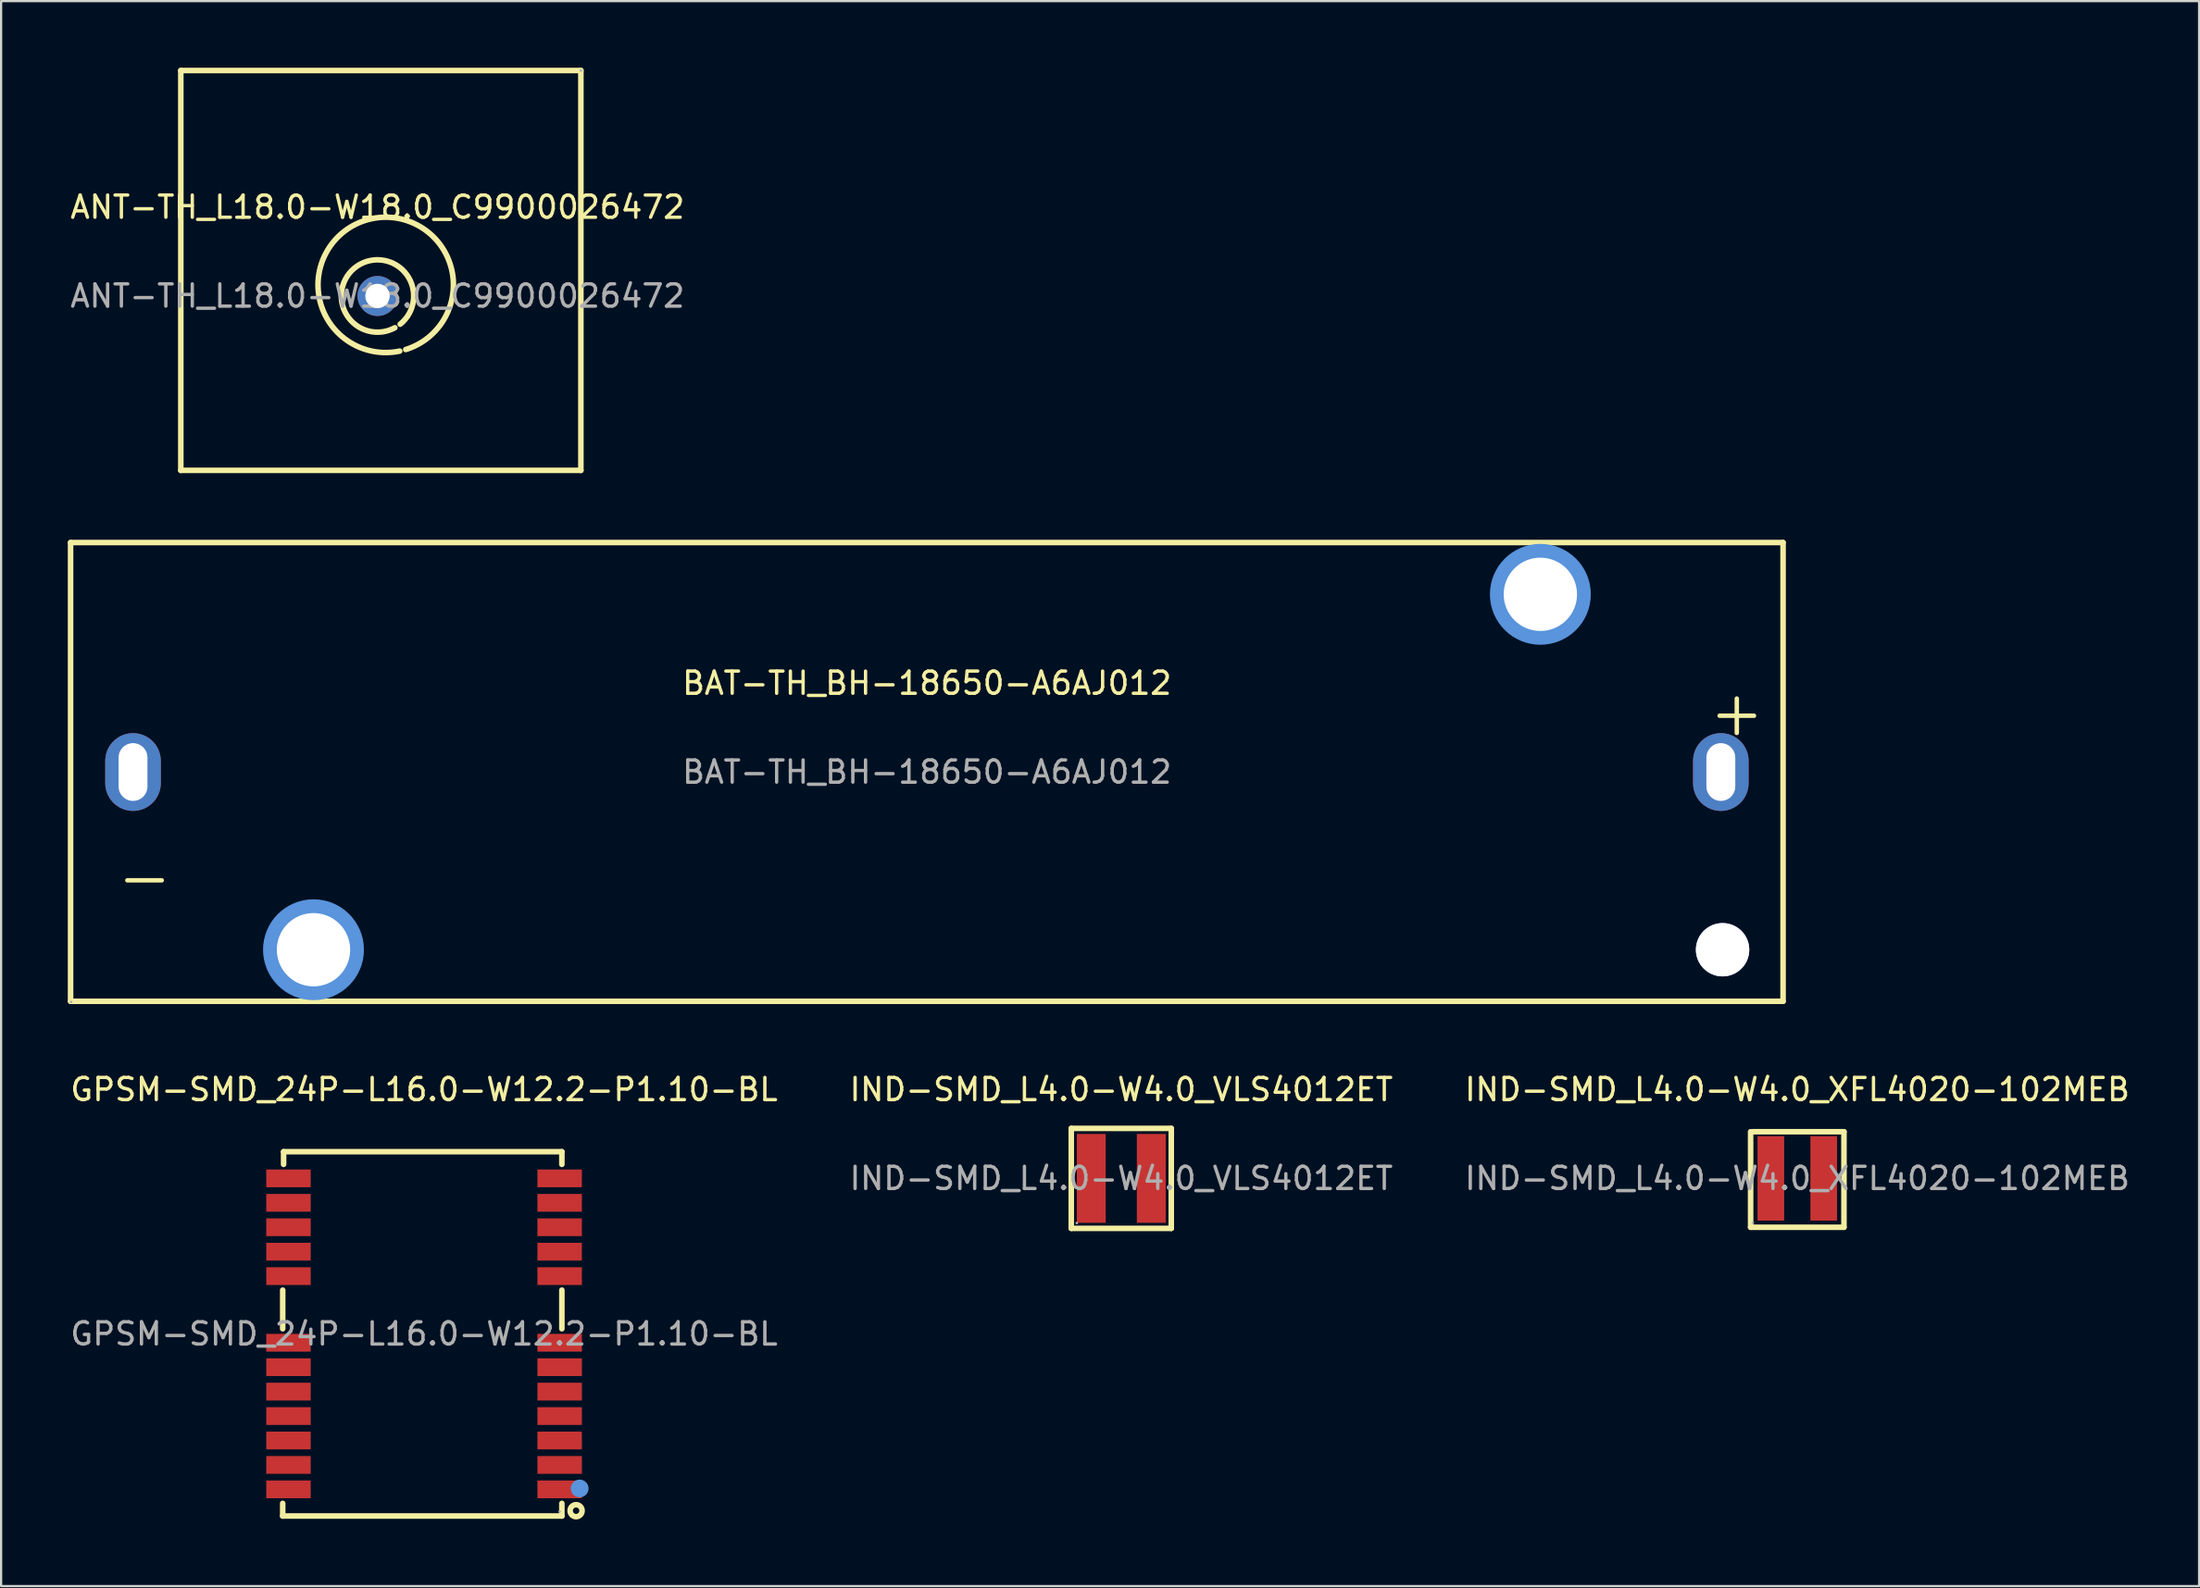
<source format=kicad_pcb>
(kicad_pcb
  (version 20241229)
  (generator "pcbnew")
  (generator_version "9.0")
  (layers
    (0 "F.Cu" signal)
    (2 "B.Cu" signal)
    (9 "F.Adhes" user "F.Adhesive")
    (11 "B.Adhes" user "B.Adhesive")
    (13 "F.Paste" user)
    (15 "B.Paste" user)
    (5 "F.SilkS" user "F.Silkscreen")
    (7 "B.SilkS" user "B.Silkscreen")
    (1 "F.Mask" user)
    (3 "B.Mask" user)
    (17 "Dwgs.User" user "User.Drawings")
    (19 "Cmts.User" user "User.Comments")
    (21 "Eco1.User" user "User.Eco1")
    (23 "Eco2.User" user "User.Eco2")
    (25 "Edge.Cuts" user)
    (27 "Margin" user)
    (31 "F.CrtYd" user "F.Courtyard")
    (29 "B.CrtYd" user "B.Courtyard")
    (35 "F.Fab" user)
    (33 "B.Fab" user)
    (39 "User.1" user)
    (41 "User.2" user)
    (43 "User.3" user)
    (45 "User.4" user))
  (footprint "ANT-TH_L18.0-W18.0_C9900026472"
    (layer "F.Cu")
    (at 13.935 10.275)
    (property "Reference" "ANT-TH_L18.0-W18.0_C9900026472" (at 0 -4 0) (layer "F.SilkS") (effects (font (size 1 1) (thickness 0.15))))
    (attr through_hole)
    (fp_line (start -8.85 -10.15) (end -8.85 7.85) (stroke (width 0.25) (type solid)) (layer "F.SilkS"))
    (fp_line (start -8.85 7.85) (end 9.15 7.85) (stroke (width 0.25) (type solid)) (layer "F.SilkS"))
    (fp_line (start 9.15 -10.15) (end -8.85 -10.15) (stroke (width 0.25) (type solid)) (layer "F.SilkS"))
    (fp_line (start 9.15 7.85) (end 9.15 -10.15) (stroke (width 0.25) (type solid)) (layer "F.SilkS"))
    (fp_arc (start 0.78 1.43) (mid -0.90344 -1.355395) (end 1.019796 1.270164) (stroke (width 0.25) (type solid)) (layer "F.SilkS"))
    (fp_arc (start 1 2.48) (mid -0.395562 -3.448087) (end 1.269524 2.41001) (stroke (width 0.25) (type solid)) (layer "F.SilkS"))
    (fp_circle (center 0 0) (end 0.2 0) (stroke (width 0.4) (type solid)) (fill no) (layer "F.Fab"))
    (fp_circle (center 9.15 -10.15) (end 9.18 -10.15) (stroke (width 0.06) (type solid)) (fill no) (layer "F.Fab"))
    (fp_text user "${REFERENCE}" (at 0 0 0) (layer "F.Fab") (effects (font (size 1 1) (thickness 0.15))))
    (pad "1" thru_hole circle (at 0 0) (size 1.8 1.8) (drill 1.1) (layers "*.Cu" "*.Mask")))
  (footprint "IND-SMD_L4.0-W4.0_VLS4012ET"
    (layer "F.Cu")
    (at 47.399 49.998)
    (property "Reference" "IND-SMD_L4.0-W4.0_VLS4012ET" (at 0 -4 0) (layer "F.SilkS") (effects (font (size 1 1) (thickness 0.15))))
    (attr smd)
    (fp_line (start -2.25 -2.25) (end 2.25 -2.25) (stroke (width 0.25) (type solid)) (layer "F.SilkS"))
    (fp_line (start -2.25 2.25) (end -2.25 -2.25) (stroke (width 0.25) (type solid)) (layer "F.SilkS"))
    (fp_line (start 2.25 -2.25) (end 2.25 2.25) (stroke (width 0.25) (type solid)) (layer "F.SilkS"))
    (fp_line (start 2.25 2.25) (end -2.25 2.25) (stroke (width 0.25) (type solid)) (layer "F.SilkS"))
    (fp_circle (center -2 2.01) (end -1.97 2.01) (stroke (width 0.06) (type solid)) (fill no) (layer "F.Fab"))
    (fp_text user "${REFERENCE}" (at 0 0 0) (layer "F.Fab") (effects (font (size 1 1) (thickness 0.15))))
    (pad "1" smd rect (at -1.35 0 90) (size 4 1.3) (layers "F.Cu" "F.Mask" "F.Paste"))
    (pad "2" smd rect (at 1.35 0 90) (size 4 1.3) (layers "F.Cu" "F.Mask" "F.Paste")))
  (footprint "GPSM-SMD_24P-L16.0-W12.2-P1.10-BL"
    (layer "F.Cu")
    (at 16.03 56.998)
    (property "Reference" "GPSM-SMD_24P-L16.0-W12.2-P1.10-BL" (at 0 -11 0) (layer "F.SilkS") (effects (font (size 1 1) (thickness 0.15))))
    (attr smd)
    (fp_line (start -6.36 -0.23) (end -6.36 -1.97) (stroke (width 0.25) (type solid)) (layer "F.SilkS"))
    (fp_line (start -6.36 8.2) (end -6.36 7.63) (stroke (width 0.25) (type solid)) (layer "F.SilkS"))
    (fp_line (start -6.32 -8.2) (end 6.2 -8.2) (stroke (width 0.25) (type solid)) (layer "F.SilkS"))
    (fp_line (start -6.32 -7.63) (end -6.32 -8.2) (stroke (width 0.25) (type solid)) (layer "F.SilkS"))
    (fp_line (start 6.2 -8.2) (end 6.2 -7.63) (stroke (width 0.25) (type solid)) (layer "F.SilkS"))
    (fp_line (start 6.2 -1.97) (end 6.2 -0.23) (stroke (width 0.25) (type solid)) (layer "F.SilkS"))
    (fp_line (start 6.2 7.63) (end 6.2 8.2) (stroke (width 0.25) (type solid)) (layer "F.SilkS"))
    (fp_line (start 6.2 8.2) (end -6.36 8.2) (stroke (width 0.25) (type solid)) (layer "F.SilkS"))
    (fp_circle (center 6.84 7.96) (end 7.11 7.96) (stroke (width 0.25) (type solid)) (fill no) (layer "F.SilkS"))
    (fp_circle (center 7 6.96) (end 7.2 6.96) (stroke (width 0.4) (type solid)) (fill no) (layer "Cmts.User"))
    (fp_circle (center 6.1 8) (end 6.13 8) (stroke (width 0.06) (type solid)) (fill no) (layer "F.Fab"))
    (fp_text user "${REFERENCE}" (at 0 0 0) (layer "F.Fab") (effects (font (size 1 1) (thickness 0.15))))
    (pad "1" smd rect (at 6.1 7 90) (size 0.8 2) (layers "F.Cu" "F.Mask" "F.Paste"))
    (pad "2" smd rect (at 6.1 5.9 90) (size 0.8 2) (layers "F.Cu" "F.Mask" "F.Paste"))
    (pad "3" smd rect (at 6.1 4.8 90) (size 0.8 2) (layers "F.Cu" "F.Mask" "F.Paste"))
    (pad "4" smd rect (at 6.1 3.7 90) (size 0.8 2) (layers "F.Cu" "F.Mask" "F.Paste"))
    (pad "5" smd rect (at 6.1 2.6 90) (size 0.8 2) (layers "F.Cu" "F.Mask" "F.Paste"))
    (pad "6" smd rect (at 6.1 1.5 90) (size 0.8 2) (layers "F.Cu" "F.Mask" "F.Paste"))
    (pad "7" smd rect (at 6.1 0.4 90) (size 0.8 2) (layers "F.Cu" "F.Mask" "F.Paste"))
    (pad "8" smd rect (at 6.1 -2.6 90) (size 0.8 2) (layers "F.Cu" "F.Mask" "F.Paste"))
    (pad "9" smd rect (at 6.1 -3.7 90) (size 0.8 2) (layers "F.Cu" "F.Mask" "F.Paste"))
    (pad "10" smd rect (at 6.1 -4.8 90) (size 0.8 2) (layers "F.Cu" "F.Mask" "F.Paste"))
    (pad "11" smd rect (at 6.1 -5.9 90) (size 0.8 2) (layers "F.Cu" "F.Mask" "F.Paste"))
    (pad "12" smd rect (at 6.1 -7 90) (size 0.8 2) (layers "F.Cu" "F.Mask" "F.Paste"))
    (pad "13" smd rect (at -6.1 -7 90) (size 0.8 2) (layers "F.Cu" "F.Mask" "F.Paste"))
    (pad "14" smd rect (at -6.1 -5.9 90) (size 0.8 2) (layers "F.Cu" "F.Mask" "F.Paste"))
    (pad "15" smd rect (at -6.1 -4.8 90) (size 0.8 2) (layers "F.Cu" "F.Mask" "F.Paste"))
    (pad "16" smd rect (at -6.1 -3.7 90) (size 0.8 2) (layers "F.Cu" "F.Mask" "F.Paste"))
    (pad "17" smd rect (at -6.1 -2.6 90) (size 0.8 2) (layers "F.Cu" "F.Mask" "F.Paste"))
    (pad "18" smd rect (at -6.1 0.4 90) (size 0.8 2) (layers "F.Cu" "F.Mask" "F.Paste"))
    (pad "19" smd rect (at -6.1 1.5 90) (size 0.8 2) (layers "F.Cu" "F.Mask" "F.Paste"))
    (pad "20" smd rect (at -6.1 2.6 90) (size 0.8 2) (layers "F.Cu" "F.Mask" "F.Paste"))
    (pad "21" smd rect (at -6.1 3.7 90) (size 0.8 2) (layers "F.Cu" "F.Mask" "F.Paste"))
    (pad "22" smd rect (at -6.1 4.8 90) (size 0.8 2) (layers "F.Cu" "F.Mask" "F.Paste"))
    (pad "23" smd rect (at -6.1 5.9 90) (size 0.8 2) (layers "F.Cu" "F.Mask" "F.Paste"))
    (pad "24" smd rect (at -6.1 7 90) (size 0.8 2) (layers "F.Cu" "F.Mask" "F.Paste")))
  (footprint "BAT-TH_BH-18650-A6AJ012"
    (layer "F.Cu")
    (at 38.655 31.705)
    (property "Reference" "BAT-TH_BH-18650-A6AJ012" (at 0 -4 0) (layer "F.SilkS") (effects (font (size 1 1) (thickness 0.15))))
    (attr through_hole)
    (fp_line (start -38.53 -10.33) (end 38.52 -10.33) (stroke (width 0.25) (type solid)) (layer "F.SilkS"))
    (fp_line (start -38.53 10.32) (end -38.53 -10.33) (stroke (width 0.25) (type solid)) (layer "F.SilkS"))
    (fp_line (start -38.53 10.32) (end 38.52 10.32) (stroke (width 0.25) (type solid)) (layer "F.SilkS"))
    (fp_line (start 38.52 10.32) (end 38.52 -10.33) (stroke (width 0.25) (type solid)) (layer "F.SilkS"))
    (fp_circle (center -27.6 8) (end -26.85 8) (stroke (width 1.52) (type solid)) (fill no) (layer "Cmts.User"))
    (fp_circle (center 27.6 -8) (end 28.35 -8) (stroke (width 1.52) (type solid)) (fill no) (layer "Cmts.User"))
    (fp_circle (center 35.79 8) (end 36.39 8) (stroke (width 1.2) (type solid)) (fill no) (layer "Cmts.User"))
    (fp_circle (center -38.5 10.35) (end -38.47 10.35) (stroke (width 0.06) (type solid)) (fill no) (layer "F.Fab"))
    (fp_text user "+" (at 35.05 -2.69 0) (layer "F.SilkS") (effects (font (size 2.03 2.03) (thickness 0.2)) (justify left)))
    (fp_text user "-" (at -36.59 4.72 0) (layer "F.SilkS") (effects (font (size 2.03 2.03) (thickness 0.2)) (justify left)))
    (fp_text user "${REFERENCE}" (at 0 0 0) (layer "F.Fab") (effects (font (size 1 1) (thickness 0.15))))
    (pad "" thru_hole circle (at -27.6 8) (size 3.3 3.3) (drill 3.3) (layers "*.Cu" "*.Mask"))
    (pad "" thru_hole circle (at 27.6 -8) (size 3.3 3.3) (drill 3.3) (layers "*.Cu" "*.Mask"))
    (pad "" thru_hole circle (at 35.8 8) (size 2.4 2.4) (drill 2.4) (layers "*.Cu" "*.Mask"))
    (pad "1" thru_hole oval (at -35.72 0 180) (size 2.5 3.5) (drill oval 1.3 2.6) (layers "*.Cu" "*.Mask"))
    (pad "2" thru_hole oval (at 35.72 0 180) (size 2.5 3.5) (drill oval 1.3 2.6) (layers "*.Cu" "*.Mask")))
  (footprint "IND-SMD_L4.0-W4.0_XFL4020-102MEB"
    (layer "F.Cu")
    (at 77.815 49.998)
    (property "Reference" "IND-SMD_L4.0-W4.0_XFL4020-102MEB" (at 0 -4 0) (layer "F.SilkS") (effects (font (size 1 1) (thickness 0.15))))
    (attr smd)
    (fp_line (start -2.1 2.2) (end -2.1 -2.1) (stroke (width 0.25) (type solid)) (layer "F.SilkS"))
    (fp_line (start -2 -2.1) (end 2.1 -2.1) (stroke (width 0.25) (type solid)) (layer "F.SilkS"))
    (fp_line (start 2.1 -2.1) (end 2.1 2.2) (stroke (width 0.25) (type solid)) (layer "F.SilkS"))
    (fp_line (start 2.1 2.2) (end -2.1 2.2) (stroke (width 0.25) (type solid)) (layer "F.SilkS"))
    (fp_circle (center -2 2) (end -1.97 2) (stroke (width 0.06) (type solid)) (fill no) (layer "F.Fab"))
    (fp_text user "${REFERENCE}" (at 0 0 0) (layer "F.Fab") (effects (font (size 1 1) (thickness 0.15))))
    (pad "1" smd rect (at -1.19 0) (size 1.2 3.8) (layers "F.Cu" "F.Mask" "F.Paste"))
    (pad "2" smd rect (at 1.19 0 180) (size 1.2 3.8) (layers "F.Cu" "F.Mask" "F.Paste")))
  (gr_rect
    (start -3 -3)
    (end 95.893 68.353)
    (stroke (width 0.1) (type default))
    (fill no)
    (layer "Edge.Cuts")))
</source>
